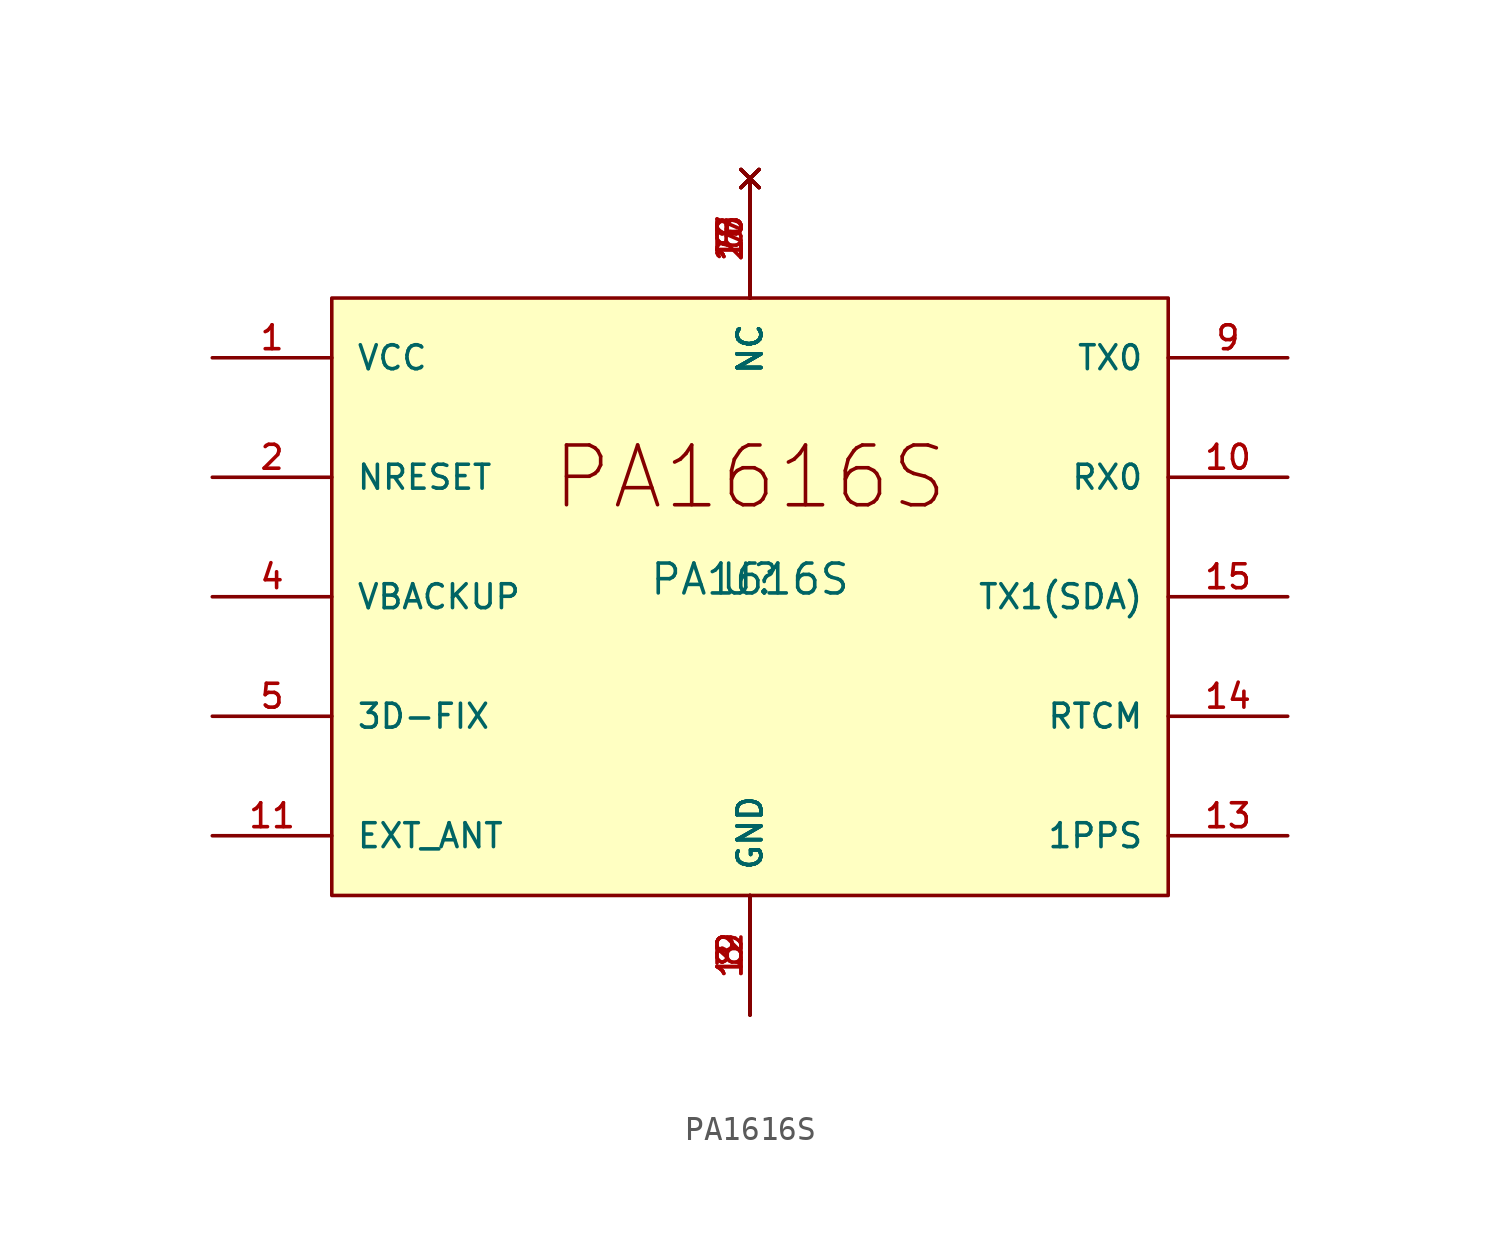
<source format=kicad_sym>
(kicad_symbol_lib
  (version 20211014)
  (generator kicad_symbol_editor)
  (symbol "PA1616S"
    (pin_names
      (offset 1.016))
    (property "Reference" "U"
      (at 0 0 0)
      (effects (font (size 1.27 1.27)) (justify bottom)))
    (property "Value" "PA1616S"
      (at 0 0.0 0)
      (effects (font (size 1.27 1.27)) (justify bottom)))
    (symbol "PA1616S_0_0"
      (text "PA1616S" (at 0.0 5.08 0) (effects (font (size 2.54 2.54))))
      (rectangle (start -17.78 -12.7) (end 17.78 12.7) (stroke (width 0.152)) (fill (type background)))
      (pin bidirectional line (at -22.86 10.16 0) (length 5.08) (name "VCC" (effects (font (size 1.016 1.016)))) (number "1" (effects (font (size 1.016 1.016)))))
      (pin bidirectional line (at -22.86 5.08 0) (length 5.08) (name "NRESET" (effects (font (size 1.016 1.016)))) (number "2" (effects (font (size 1.016 1.016)))))
      (pin bidirectional line (at -22.86 0.0 0) (length 5.08) (name "VBACKUP" (effects (font (size 1.016 1.016)))) (number "4" (effects (font (size 1.016 1.016)))))
      (pin bidirectional line (at -22.86 -5.08 0) (length 5.08) (name "3D-FIX" (effects (font (size 1.016 1.016)))) (number "5" (effects (font (size 1.016 1.016)))))
      (pin bidirectional line (at -22.86 -10.16 0) (length 5.08) (name "EXT_ANT" (effects (font (size 1.016 1.016)))) (number "11" (effects (font (size 1.016 1.016)))))
      (pin bidirectional line (at 22.86 10.16 180.0) (length 5.08) (name "TX0" (effects (font (size 1.016 1.016)))) (number "9" (effects (font (size 1.016 1.016)))))
      (pin bidirectional line (at 22.86 5.08 180.0) (length 5.08) (name "RX0" (effects (font (size 1.016 1.016)))) (number "10" (effects (font (size 1.016 1.016)))))
      (pin bidirectional line (at 22.86 0.0 180.0) (length 5.08) (name "TX1(SDA)" (effects (font (size 1.016 1.016)))) (number "15" (effects (font (size 1.016 1.016)))))
      (pin bidirectional line (at 22.86 -5.08 180.0) (length 5.08) (name "RTCM" (effects (font (size 1.016 1.016)))) (number "14" (effects (font (size 1.016 1.016)))))
      (pin bidirectional line (at 22.86 -10.16 180.0) (length 5.08) (name "1PPS" (effects (font (size 1.016 1.016)))) (number "13" (effects (font (size 1.016 1.016)))))
      (pin bidirectional line (at 0.0 -17.78 90.0) (length 5.08) (name "GND" (effects (font (size 1.016 1.016)))) (number "3" (effects (font (size 1.016 1.016)))))
      (pin bidirectional line (at 0.0 -17.78 90.0) (length 5.08) (name "GND" (effects (font (size 1.016 1.016)))) (number "8" (effects (font (size 1.016 1.016)))))
      (pin bidirectional line (at 0.0 -17.78 90.0) (length 5.08) (name "GND" (effects (font (size 1.016 1.016)))) (number "12" (effects (font (size 1.016 1.016)))))
      (pin bidirectional line (at 0.0 -17.78 90.0) (length 5.08) (name "GND" (effects (font (size 1.016 1.016)))) (number "19" (effects (font (size 1.016 1.016)))))
      (pin no_connect line (at 0.0 17.78 270.0) (length 5.08) (name "NC" (effects (font (size 1.016 1.016)))) (number "6" (effects (font (size 1.016 1.016)))))
      (pin no_connect line (at 0.0 17.78 270.0) (length 5.08) (name "NC" (effects (font (size 1.016 1.016)))) (number "7" (effects (font (size 1.016 1.016)))))
      (pin no_connect line (at 0.0 17.78 270.0) (length 5.08) (name "NC" (effects (font (size 1.016 1.016)))) (number "16" (effects (font (size 1.016 1.016)))))
      (pin no_connect line (at 0.0 17.78 270.0) (length 5.08) (name "NC" (effects (font (size 1.016 1.016)))) (number "17" (effects (font (size 1.016 1.016)))))
      (pin no_connect line (at 0.0 17.78 270.0) (length 5.08) (name "NC" (effects (font (size 1.016 1.016)))) (number "18" (effects (font (size 1.016 1.016)))))
      (pin no_connect line (at 0.0 17.78 270.0) (length 5.08) (name "NC" (effects (font (size 1.016 1.016)))) (number "20" (effects (font (size 1.016 1.016))))))))
</source>
